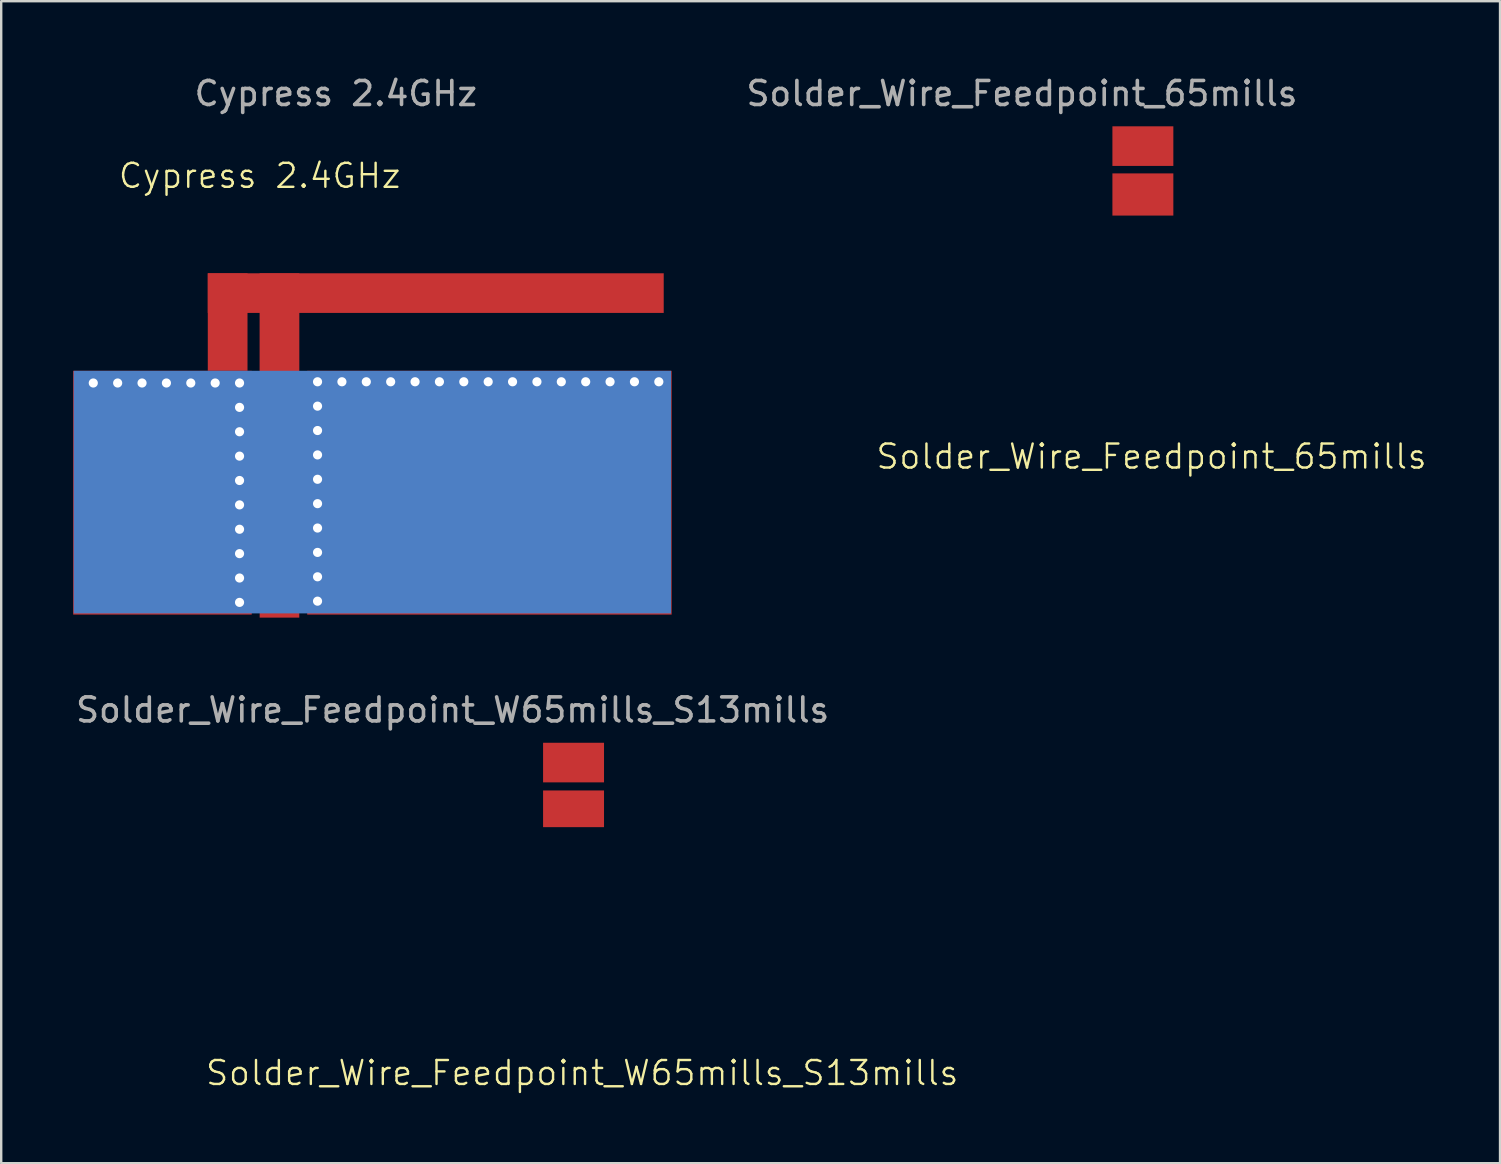
<source format=kicad_pcb>
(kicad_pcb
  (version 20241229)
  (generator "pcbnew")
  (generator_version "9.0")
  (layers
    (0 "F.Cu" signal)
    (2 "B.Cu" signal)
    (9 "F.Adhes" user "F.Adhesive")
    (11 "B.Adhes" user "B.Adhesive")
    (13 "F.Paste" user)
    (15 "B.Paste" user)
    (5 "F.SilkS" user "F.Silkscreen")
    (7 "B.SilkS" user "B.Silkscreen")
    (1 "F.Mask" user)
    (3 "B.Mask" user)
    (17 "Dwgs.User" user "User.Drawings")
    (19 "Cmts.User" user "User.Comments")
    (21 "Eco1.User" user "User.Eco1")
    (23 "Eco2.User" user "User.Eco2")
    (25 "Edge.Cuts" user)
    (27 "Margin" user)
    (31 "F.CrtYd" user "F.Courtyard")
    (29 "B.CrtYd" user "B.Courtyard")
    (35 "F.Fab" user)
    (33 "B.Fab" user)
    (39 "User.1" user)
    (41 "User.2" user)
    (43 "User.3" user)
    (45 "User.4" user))
  (footprint "Solder_Wire_Feedpoint_65mills"
    (layer "F.Cu")
    (at 39.504 13.098)
    (property "Reference" "Solder_Wire_Feedpoint_65mills" (at 5.44 2.88 0) (unlocked yes) (layer "F.SilkS") (effects (font (size 1 1) (thickness 0.1))))
    (attr smd)
    (fp_text user "${REFERENCE}" (at 0.04 -12.25 0) (unlocked yes) (layer "F.Fab") (effects (font (size 1 1) (thickness 0.15))))
    (pad "1" smd rect (at 5.08 -10.058 90) (size 1.651 2.54) (layers "F.Cu" "F.Mask" "F.Paste"))
    (pad "2" smd rect (at 5.08 -8.042 90) (size 1.758 2.54) (layers "F.Cu" "F.Mask" "F.Paste")))
  (footprint "Cypress 2.4GHz"
    (layer "F.Cu")
    (at 5.613 8.341)
    (property "Reference" "Cypress 2.4GHz" (at 2.159 -4.064 0) (unlocked yes) (layer "F.SilkS") (effects (font (size 1 1) (thickness 0.1))))
    (attr smd)
    (fp_rect (start 0 0) (end 1.651 4.064) (stroke (width 0.003) (type solid)) (fill yes) (layer "F.Cu"))
    (fp_rect (start 0 0) (end 18.999 1.651) (stroke (width 0.003) (type solid)) (fill yes) (layer "F.Cu"))
    (fp_rect (start 2.159 0) (end 3.81 13.716) (stroke (width 0.003) (type solid)) (fill yes) (layer "F.Cu"))
    (fp_text user "${REFERENCE}" (at 5.334 -7.493 0) (unlocked yes) (layer "F.Fab") (effects (font (size 1 1) (thickness 0.15))))
    (pad "" np_thru_hole circle (at -4.775 4.572) (size 0.508 0.508) (drill 0.381) (layers "*.Cu" "*.Mask"))
    (pad "" np_thru_hole circle (at -3.759 4.572) (size 0.508 0.508) (drill 0.381) (layers "*.Cu" "*.Mask"))
    (pad "" np_thru_hole circle (at -2.743 4.572) (size 0.508 0.508) (drill 0.381) (layers "*.Cu" "*.Mask"))
    (pad "" np_thru_hole circle (at -1.727 4.572) (size 0.508 0.508) (drill 0.381) (layers "*.Cu" "*.Mask"))
    (pad "" np_thru_hole circle (at -0.711 4.572) (size 0.508 0.508) (drill 0.381) (layers "*.Cu" "*.Mask"))
    (pad "" np_thru_hole circle (at 0.305 4.572) (size 0.508 0.508) (drill 0.381) (layers "*.Cu" "*.Mask"))
    (pad "" np_thru_hole circle (at 1.321 4.572) (size 0.508 0.508) (drill 0.381) (layers "*.Cu" "*.Mask"))
    (pad "" np_thru_hole circle (at 1.321 5.588) (size 0.508 0.508) (drill 0.381) (layers "*.Cu" "*.Mask"))
    (pad "" np_thru_hole circle (at 1.321 6.604) (size 0.508 0.508) (drill 0.381) (layers "*.Cu" "*.Mask"))
    (pad "" np_thru_hole circle (at 1.321 7.62) (size 0.508 0.508) (drill 0.381) (layers "*.Cu" "*.Mask"))
    (pad "" np_thru_hole circle (at 1.321 8.636) (size 0.508 0.508) (drill 0.381) (layers "*.Cu" "*.Mask"))
    (pad "" np_thru_hole circle (at 1.321 9.652) (size 0.508 0.508) (drill 0.381) (layers "*.Cu" "*.Mask"))
    (pad "" np_thru_hole circle (at 1.321 10.668) (size 0.508 0.508) (drill 0.381) (layers "*.Cu" "*.Mask"))
    (pad "" np_thru_hole circle (at 1.321 11.684) (size 0.508 0.508) (drill 0.381) (layers "*.Cu" "*.Mask"))
    (pad "" np_thru_hole circle (at 1.321 12.7) (size 0.508 0.508) (drill 0.381) (layers "*.Cu" "*.Mask"))
    (pad "" np_thru_hole circle (at 1.321 13.716) (size 0.508 0.508) (drill 0.381) (layers "*.Cu" "*.Mask"))
    (pad "" np_thru_hole circle (at 4.572 4.521) (size 0.508 0.508) (drill 0.381) (layers "*.Cu" "*.Mask"))
    (pad "" np_thru_hole circle (at 4.572 5.537) (size 0.508 0.508) (drill 0.381) (layers "*.Cu" "*.Mask"))
    (pad "" np_thru_hole circle (at 4.572 6.553) (size 0.508 0.508) (drill 0.381) (layers "*.Cu" "*.Mask"))
    (pad "" np_thru_hole circle (at 4.572 7.569) (size 0.508 0.508) (drill 0.381) (layers "*.Cu" "*.Mask"))
    (pad "" np_thru_hole circle (at 4.572 8.585) (size 0.508 0.508) (drill 0.381) (layers "*.Cu" "*.Mask"))
    (pad "" np_thru_hole circle (at 4.572 9.601) (size 0.508 0.508) (drill 0.381) (layers "*.Cu" "*.Mask"))
    (pad "" np_thru_hole circle (at 4.572 10.617) (size 0.508 0.508) (drill 0.381) (layers "*.Cu" "*.Mask"))
    (pad "" np_thru_hole circle (at 4.572 11.633) (size 0.508 0.508) (drill 0.381) (layers "*.Cu" "*.Mask"))
    (pad "" np_thru_hole circle (at 4.572 12.649) (size 0.508 0.508) (drill 0.381) (layers "*.Cu" "*.Mask"))
    (pad "" np_thru_hole circle (at 4.572 13.665) (size 0.508 0.508) (drill 0.381) (layers "*.Cu" "*.Mask"))
    (pad "" np_thru_hole circle (at 5.588 4.521) (size 0.508 0.508) (drill 0.381) (layers "*.Cu" "*.Mask"))
    (pad "" np_thru_hole circle (at 6.604 4.521) (size 0.508 0.508) (drill 0.381) (layers "*.Cu" "*.Mask"))
    (pad "" np_thru_hole circle (at 7.62 4.521) (size 0.508 0.508) (drill 0.381) (layers "*.Cu" "*.Mask"))
    (pad "" np_thru_hole circle (at 8.636 4.521) (size 0.508 0.508) (drill 0.381) (layers "*.Cu" "*.Mask"))
    (pad "" np_thru_hole circle (at 9.652 4.521) (size 0.508 0.508) (drill 0.381) (layers "*.Cu" "*.Mask"))
    (pad "" np_thru_hole circle (at 10.668 4.521) (size 0.508 0.508) (drill 0.381) (layers "*.Cu" "*.Mask"))
    (pad "" np_thru_hole circle (at 11.684 4.521) (size 0.508 0.508) (drill 0.381) (layers "*.Cu" "*.Mask"))
    (pad "" np_thru_hole circle (at 12.7 4.521) (size 0.508 0.508) (drill 0.381) (layers "*.Cu" "*.Mask"))
    (pad "" np_thru_hole circle (at 13.716 4.521) (size 0.508 0.508) (drill 0.381) (layers "*.Cu" "*.Mask"))
    (pad "" np_thru_hole circle (at 14.732 4.521) (size 0.508 0.508) (drill 0.381) (layers "*.Cu" "*.Mask"))
    (pad "" np_thru_hole circle (at 15.748 4.521) (size 0.508 0.508) (drill 0.381) (layers "*.Cu" "*.Mask"))
    (pad "" np_thru_hole circle (at 16.764 4.521) (size 0.508 0.508) (drill 0.381) (layers "*.Cu" "*.Mask"))
    (pad "" np_thru_hole circle (at 17.78 4.521) (size 0.508 0.508) (drill 0.381) (layers "*.Cu" "*.Mask"))
    (pad "" np_thru_hole circle (at 18.796 4.521) (size 0.508 0.508) (drill 0.381) (layers "*.Cu" "*.Mask"))
    (pad "1" smd rect (at 2.985 13.716) (size 1.651 1.27) (layers "F.Cu" "F.Mask" "F.Paste"))
    (pad "2" smd rect (at -1.892 9.144) (size 7.442 10.16) (layers "F.Cu"))
    (pad "2" smd custom (at 11.074 9.119) (size 1.27 1.27) (layers "B.Cu") (options (anchor circle)) (primitives (gr_poly (pts (xy -0.953 -0.445) (xy -0.938 -0.517) (xy -0.897 -0.579) (xy -0.835 -0.62) (xy -0.762 -0.635) (xy 0.762 -0.635) (xy 0.835 -0.62) (xy 0.897 -0.579) (xy 0.938 -0.517) (xy 0.953 -0.445) (xy 0.953 0.445) (xy 0.938 0.517) (xy 0.897 0.579) (xy 0.835 0.62) (xy 0.762 0.635) (xy -0.762 0.635) (xy -0.835 0.62) (xy -0.897 0.579) (xy -0.938 0.517) (xy -0.953 0.445)) (width 0) (fill yes)) (gr_rect (start -16.662 -5.055) (end 8.23 5.055) (width 0.003) (fill yes))))
    (pad "2" smd custom (at 11.532 9.144) (size 1.27 1.27) (layers "F.Cu") (options (anchor circle)) (primitives (gr_poly (pts (xy -0.953 -0.445) (xy -0.938 -0.517) (xy -0.897 -0.579) (xy -0.835 -0.62) (xy -0.762 -0.635) (xy 0.762 -0.635) (xy 0.835 -0.62) (xy 0.897 -0.579) (xy 0.938 -0.517) (xy 0.953 -0.445) (xy 0.953 0.445) (xy 0.938 0.517) (xy 0.897 0.579) (xy 0.835 0.62) (xy 0.762 0.635) (xy -0.762 0.635) (xy -0.835 0.62) (xy -0.897 0.579) (xy -0.938 0.517) (xy -0.953 0.445)) (width 0) (fill yes)) (gr_rect (start -7.391 -5.08) (end 7.798 5.08) (width 0.000254) (fill yes)))))
  (footprint "Solder_Wire_Feedpoint_W65mills_S13mills"
    (layer "F.Cu")
    (at 15.775 38.791)
    (property "Reference" "Solder_Wire_Feedpoint_W65mills_S13mills" (at 5.44 2.88 0) (unlocked yes) (layer "F.SilkS") (effects (font (size 1 1) (thickness 0.1))))
    (attr smd)
    (fp_text user "${REFERENCE}" (at 0.04 -12.25 0) (unlocked yes) (layer "F.Fab") (effects (font (size 1 1) (thickness 0.15))))
    (pad "1" smd rect (at 5.08 -10.058 90) (size 1.651 2.54) (layers "F.Cu" "F.Mask" "F.Paste"))
    (pad "2" smd rect (at 5.08 -8.131 90) (size 1.529 2.54) (layers "F.Cu" "F.Mask" "F.Paste")))
  (gr_rect
    (start -3 -3)
    (end 59.47 45.431)
    (stroke (width 0.1) (type default))
    (fill no)
    (layer "Edge.Cuts")))
</source>
